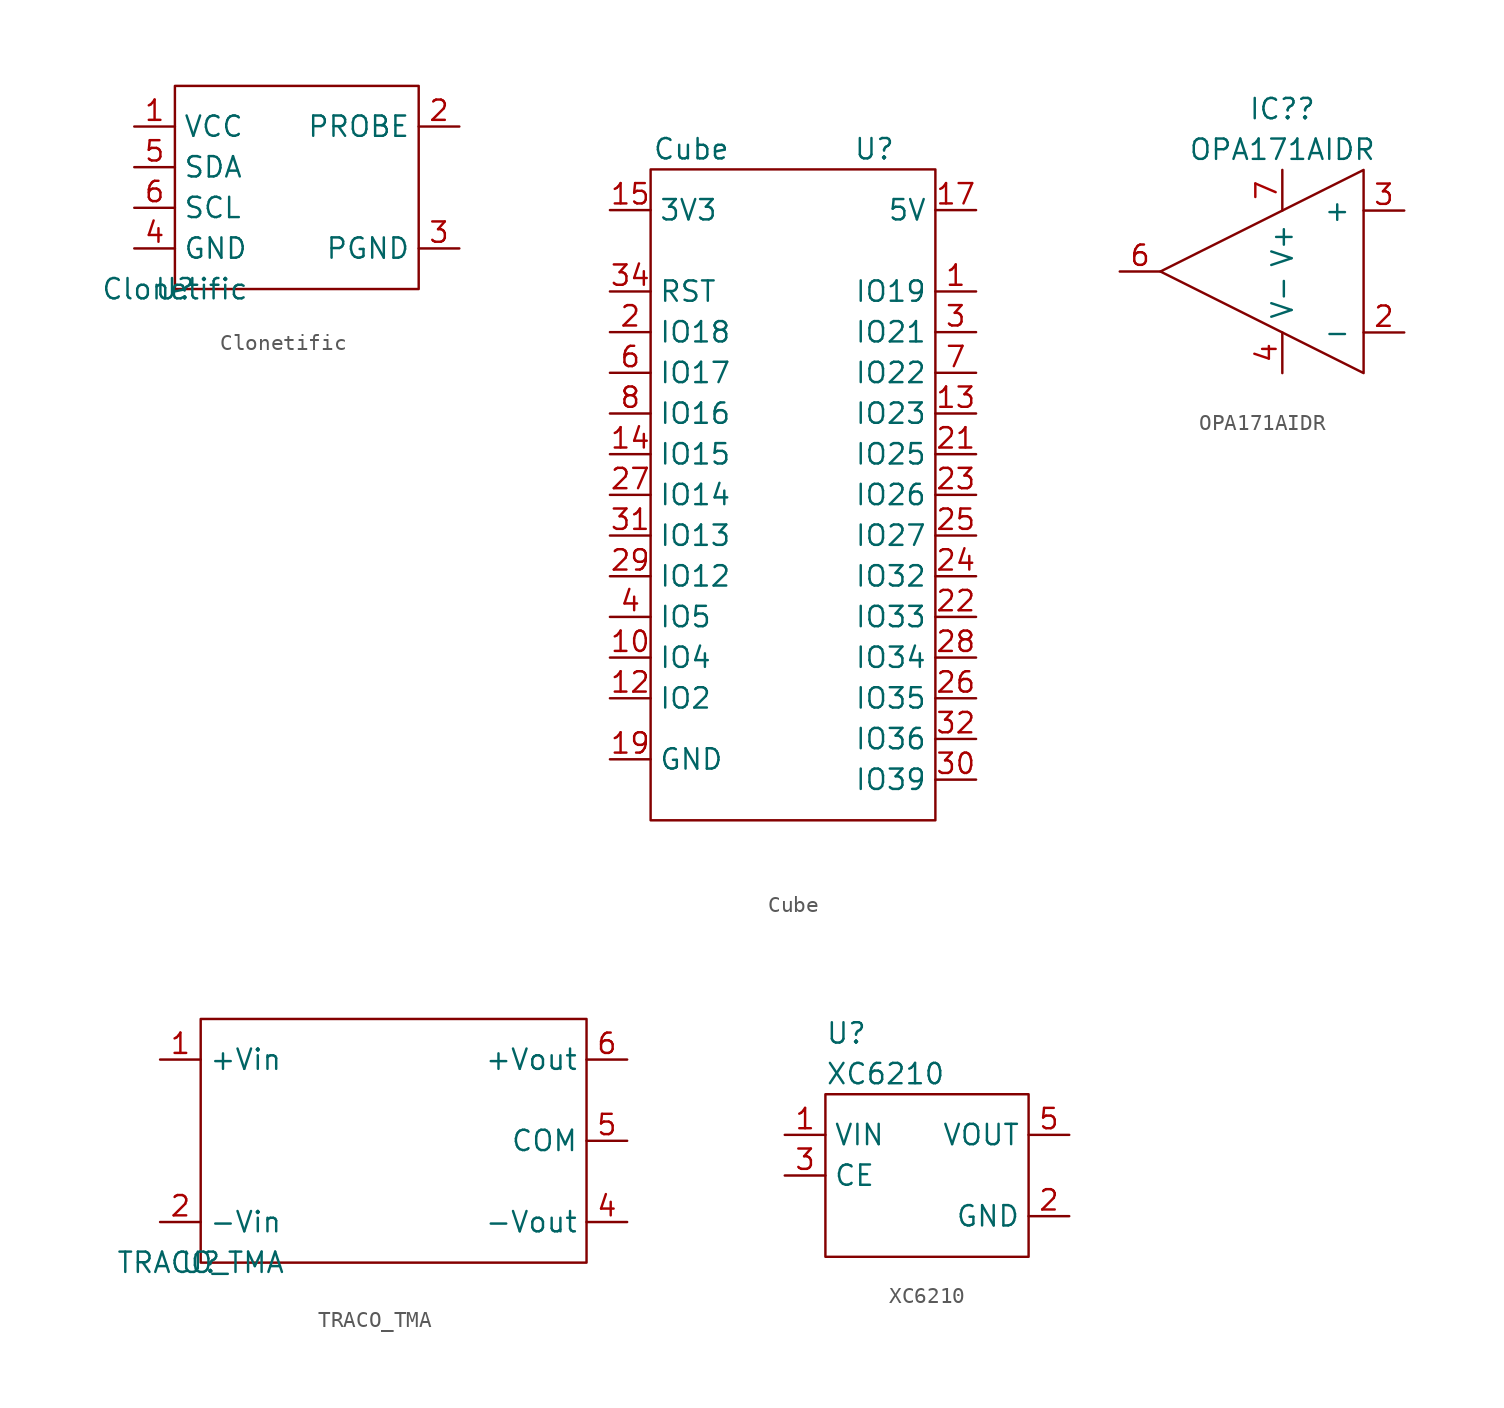
<source format=kicad_sym>
(kicad_symbol_lib
  (version 20211014)
  (generator kicad_symbol_editor)
  (symbol "Clonetific"
    (property "Reference" "U"
      (at 0 0 0)
      (effects (font (size 1.27 1.27))))
    (property "Value" "Clonetific"
      (at 0 0 0)
      (effects (font (size 1.27 1.27))))
    (symbol "Clonetific_0_1"
      (rectangle (start 0 12.7) (end 15.24 0) (stroke (width 0) (type default) (color 0 0 0 0)) (fill (type none))))
    (symbol "Clonetific_1_1"
      (pin power_in line (at -2.54 10.16 0) (length 2.54) (name "VCC" (effects (font (size 1.27 1.27)))) (number "1" (effects (font (size 1.27 1.27)))))
      (pin passive line (at 17.78 10.16 180) (length 2.54) (name "PROBE" (effects (font (size 1.27 1.27)))) (number "2" (effects (font (size 1.27 1.27)))))
      (pin passive line (at 17.78 2.54 180) (length 2.54) (name "PGND" (effects (font (size 1.27 1.27)))) (number "3" (effects (font (size 1.27 1.27)))))
      (pin bidirectional line (at -2.54 2.54 0) (length 2.54) (name "GND" (effects (font (size 1.27 1.27)))) (number "4" (effects (font (size 1.27 1.27)))))
      (pin bidirectional line (at -2.54 7.62 0) (length 2.54) (name "SDA" (effects (font (size 1.27 1.27)))) (number "5" (effects (font (size 1.27 1.27)))))
      (pin bidirectional line (at -2.54 5.08 0) (length 2.54) (name "SCL" (effects (font (size 1.27 1.27)))) (number "6" (effects (font (size 1.27 1.27)))))))
  (symbol "Cube"
    (property "Reference" "U"
      (at 13.97 41.91 0)
      (effects (font (size 1.27 1.27))))
    (property "Value" "Cube"
      (at 2.54 41.91 0)
      (effects (font (size 1.27 1.27))))
    (symbol "Cube_0_1"
      (rectangle (start 0 40.64) (end 17.78 0) (stroke (width 0) (type default) (color 0 0 0 0)) (fill (type none))))
    (symbol "Cube_1_1"
      (pin bidirectional line (at 20.32 33.02 180) (length 2.54) (name "IO19" (effects (font (size 1.27 1.27)))) (number "1" (effects (font (size 1.27 1.27)))))
      (pin bidirectional line (at -2.54 10.16 0) (length 2.54) (name "IO4" (effects (font (size 1.27 1.27)))) (number "10" (effects (font (size 1.27 1.27)))))
      (pin bidirectional line (at -2.54 7.62 0) (length 2.54) (name "IO2" (effects (font (size 1.27 1.27)))) (number "12" (effects (font (size 1.27 1.27)))))
      (pin bidirectional line (at 20.32 25.4 180) (length 2.54) (name "IO23" (effects (font (size 1.27 1.27)))) (number "13" (effects (font (size 1.27 1.27)))))
      (pin bidirectional line (at -2.54 22.86 0) (length 2.54) (name "IO15" (effects (font (size 1.27 1.27)))) (number "14" (effects (font (size 1.27 1.27)))))
      (pin power_out line (at -2.54 38.1 0) (length 2.54) (name "3V3" (effects (font (size 1.27 1.27)))) (number "15" (effects (font (size 1.27 1.27)))))
      (pin power_out line (at 20.32 38.1 180) (length 2.54) (name "5V" (effects (font (size 1.27 1.27)))) (number "17" (effects (font (size 1.27 1.27)))))
      (pin power_out line (at -2.54 3.81 0) (length 2.54) (name "GND" (effects (font (size 1.27 1.27)))) (number "19" (effects (font (size 1.27 1.27)))))
      (pin bidirectional line (at -2.54 30.48 0) (length 2.54) (name "IO18" (effects (font (size 1.27 1.27)))) (number "2" (effects (font (size 1.27 1.27)))))
      (pin bidirectional line (at 20.32 22.86 180) (length 2.54) (name "IO25" (effects (font (size 1.27 1.27)))) (number "21" (effects (font (size 1.27 1.27)))))
      (pin bidirectional line (at 20.32 12.7 180) (length 2.54) (name "IO33" (effects (font (size 1.27 1.27)))) (number "22" (effects (font (size 1.27 1.27)))))
      (pin bidirectional line (at 20.32 20.32 180) (length 2.54) (name "IO26" (effects (font (size 1.27 1.27)))) (number "23" (effects (font (size 1.27 1.27)))))
      (pin bidirectional line (at 20.32 15.24 180) (length 2.54) (name "IO32" (effects (font (size 1.27 1.27)))) (number "24" (effects (font (size 1.27 1.27)))))
      (pin bidirectional line (at 20.32 17.78 180) (length 2.54) (name "IO27" (effects (font (size 1.27 1.27)))) (number "25" (effects (font (size 1.27 1.27)))))
      (pin input line (at 20.32 7.62 180) (length 2.54) (name "IO35" (effects (font (size 1.27 1.27)))) (number "26" (effects (font (size 1.27 1.27)))))
      (pin bidirectional line (at -2.54 20.32 0) (length 2.54) (name "IO14" (effects (font (size 1.27 1.27)))) (number "27" (effects (font (size 1.27 1.27)))))
      (pin input line (at 20.32 10.16 180) (length 2.54) (name "IO34" (effects (font (size 1.27 1.27)))) (number "28" (effects (font (size 1.27 1.27)))))
      (pin bidirectional line (at -2.54 15.24 0) (length 2.54) (name "IO12" (effects (font (size 1.27 1.27)))) (number "29" (effects (font (size 1.27 1.27)))))
      (pin bidirectional line (at 20.32 30.48 180) (length 2.54) (name "IO21" (effects (font (size 1.27 1.27)))) (number "3" (effects (font (size 1.27 1.27)))))
      (pin input line (at 20.32 2.54 180) (length 2.54) (name "IO39" (effects (font (size 1.27 1.27)))) (number "30" (effects (font (size 1.27 1.27)))))
      (pin bidirectional line (at -2.54 17.78 0) (length 2.54) (name "IO13" (effects (font (size 1.27 1.27)))) (number "31" (effects (font (size 1.27 1.27)))))
      (pin input line (at 20.32 5.08 180) (length 2.54) (name "IO36" (effects (font (size 1.27 1.27)))) (number "32" (effects (font (size 1.27 1.27)))))
      (pin input line (at -2.54 33.02 0) (length 2.54) (name "RST" (effects (font (size 1.27 1.27)))) (number "34" (effects (font (size 1.27 1.27)))))
      (pin bidirectional line (at -2.54 12.7 0) (length 2.54) (name "IO5" (effects (font (size 1.27 1.27)))) (number "4" (effects (font (size 1.27 1.27)))))
      (pin bidirectional line (at -2.54 27.94 0) (length 2.54) (name "IO17" (effects (font (size 1.27 1.27)))) (number "6" (effects (font (size 1.27 1.27)))))
      (pin bidirectional line (at 20.32 27.94 180) (length 2.54) (name "IO22" (effects (font (size 1.27 1.27)))) (number "7" (effects (font (size 1.27 1.27)))))
      (pin bidirectional line (at -2.54 25.4 0) (length 2.54) (name "IO16" (effects (font (size 1.27 1.27)))) (number "8" (effects (font (size 1.27 1.27)))))))
  (symbol "OPA171AIDR"
    (pin_names
      (offset 0.762))
    (property "Reference" "IC?"
      (at 13.97 7.62 0)
      (effects (font (size 1.27 1.27))))
    (property "Value" "OPA171AIDR"
      (at 13.97 5.08 0)
      (effects (font (size 1.27 1.27))))
    (symbol "OPA171AIDR_0_1"
      (polyline (pts (xy 19.05 2.54) (xy 19.05 -8.89) (xy 6.35 -2.54) (xy 19.05 3.81) (xy 19.05 2.54) (xy 19.05 -1.27)) (stroke (width 0) (type default) (color 0 0 0 0)) (fill (type none))))
    (symbol "OPA171AIDR_1_1"
      (pin input line (at 21.59 -6.35 180) (length 2.54) (name "-" (effects (font (size 1.27 1.27)))) (number "2" (effects (font (size 1.27 1.27)))))
      (pin input line (at 21.59 1.27 180) (length 2.54) (name "+" (effects (font (size 1.27 1.27)))) (number "3" (effects (font (size 1.27 1.27)))))
      (pin power_in line (at 13.97 -8.89 90) (length 2.54) (name "V-" (effects (font (size 1.27 1.27)))) (number "4" (effects (font (size 1.27 1.27)))))
      (pin output line (at 3.81 -2.54 0) (length 2.54) (name "" (effects (font (size 1.27 1.27)))) (number "6" (effects (font (size 1.27 1.27)))))
      (pin power_in line (at 13.97 3.81 270) (length 2.54) (name "V+" (effects (font (size 1.27 1.27)))) (number "7" (effects (font (size 1.27 1.27)))))))
  (symbol "TRACO_TMA"
    (property "Reference" "U"
      (at 0 0 0)
      (effects (font (size 1.27 1.27))))
    (property "Value" "TRACO_TMA"
      (at 0 0 0)
      (effects (font (size 1.27 1.27))))
    (symbol "TRACO_TMA_0_1"
      (rectangle (start 0 0) (end 24.13 15.24) (stroke (width 0) (type default) (color 0 0 0 0)) (fill (type none))))
    (symbol "TRACO_TMA_1_1"
      (pin input line (at -2.54 12.7 0) (length 2.54) (name "+Vin" (effects (font (size 1.27 1.27)))) (number "1" (effects (font (size 1.27 1.27)))))
      (pin input line (at -2.54 2.54 0) (length 2.54) (name "-Vin" (effects (font (size 1.27 1.27)))) (number "2" (effects (font (size 1.27 1.27)))))
      (pin input line (at 26.67 2.54 180) (length 2.54) (name "-Vout" (effects (font (size 1.27 1.27)))) (number "4" (effects (font (size 1.27 1.27)))))
      (pin input line (at 26.67 7.62 180) (length 2.54) (name "COM" (effects (font (size 1.27 1.27)))) (number "5" (effects (font (size 1.27 1.27)))))
      (pin input line (at 26.67 12.7 180) (length 2.54) (name "+Vout" (effects (font (size 1.27 1.27)))) (number "6" (effects (font (size 1.27 1.27)))))))
  (symbol "XC6210"
    (property "Reference" "U"
      (at 0 13.97 0)
      (effects (font (size 1.27 1.27)) (justify left)))
    (property "Value" "XC6210"
      (at 0 11.43 0)
      (effects (font (size 1.27 1.27)) (justify left)))
    (symbol "XC6210_0_1"
      (rectangle (start 0 0) (end 12.7 10.16) (stroke (width 0) (type default) (color 0 0 0 0)) (fill (type none))))
    (symbol "XC6210_1_1"
      (pin power_in line (at -2.54 7.62 0) (length 2.54) (name "VIN" (effects (font (size 1.27 1.27)))) (number "1" (effects (font (size 1.27 1.27)))))
      (pin input line (at 15.24 2.54 180) (length 2.54) (name "GND" (effects (font (size 1.27 1.27)))) (number "2" (effects (font (size 1.27 1.27)))))
      (pin input line (at -2.54 5.08 0) (length 2.54) (name "CE" (effects (font (size 1.27 1.27)))) (number "3" (effects (font (size 1.27 1.27)))))
      (pin input line (at 15.24 7.62 180) (length 2.54) (name "VOUT" (effects (font (size 1.27 1.27)))) (number "5" (effects (font (size 1.27 1.27))))))))
</source>
